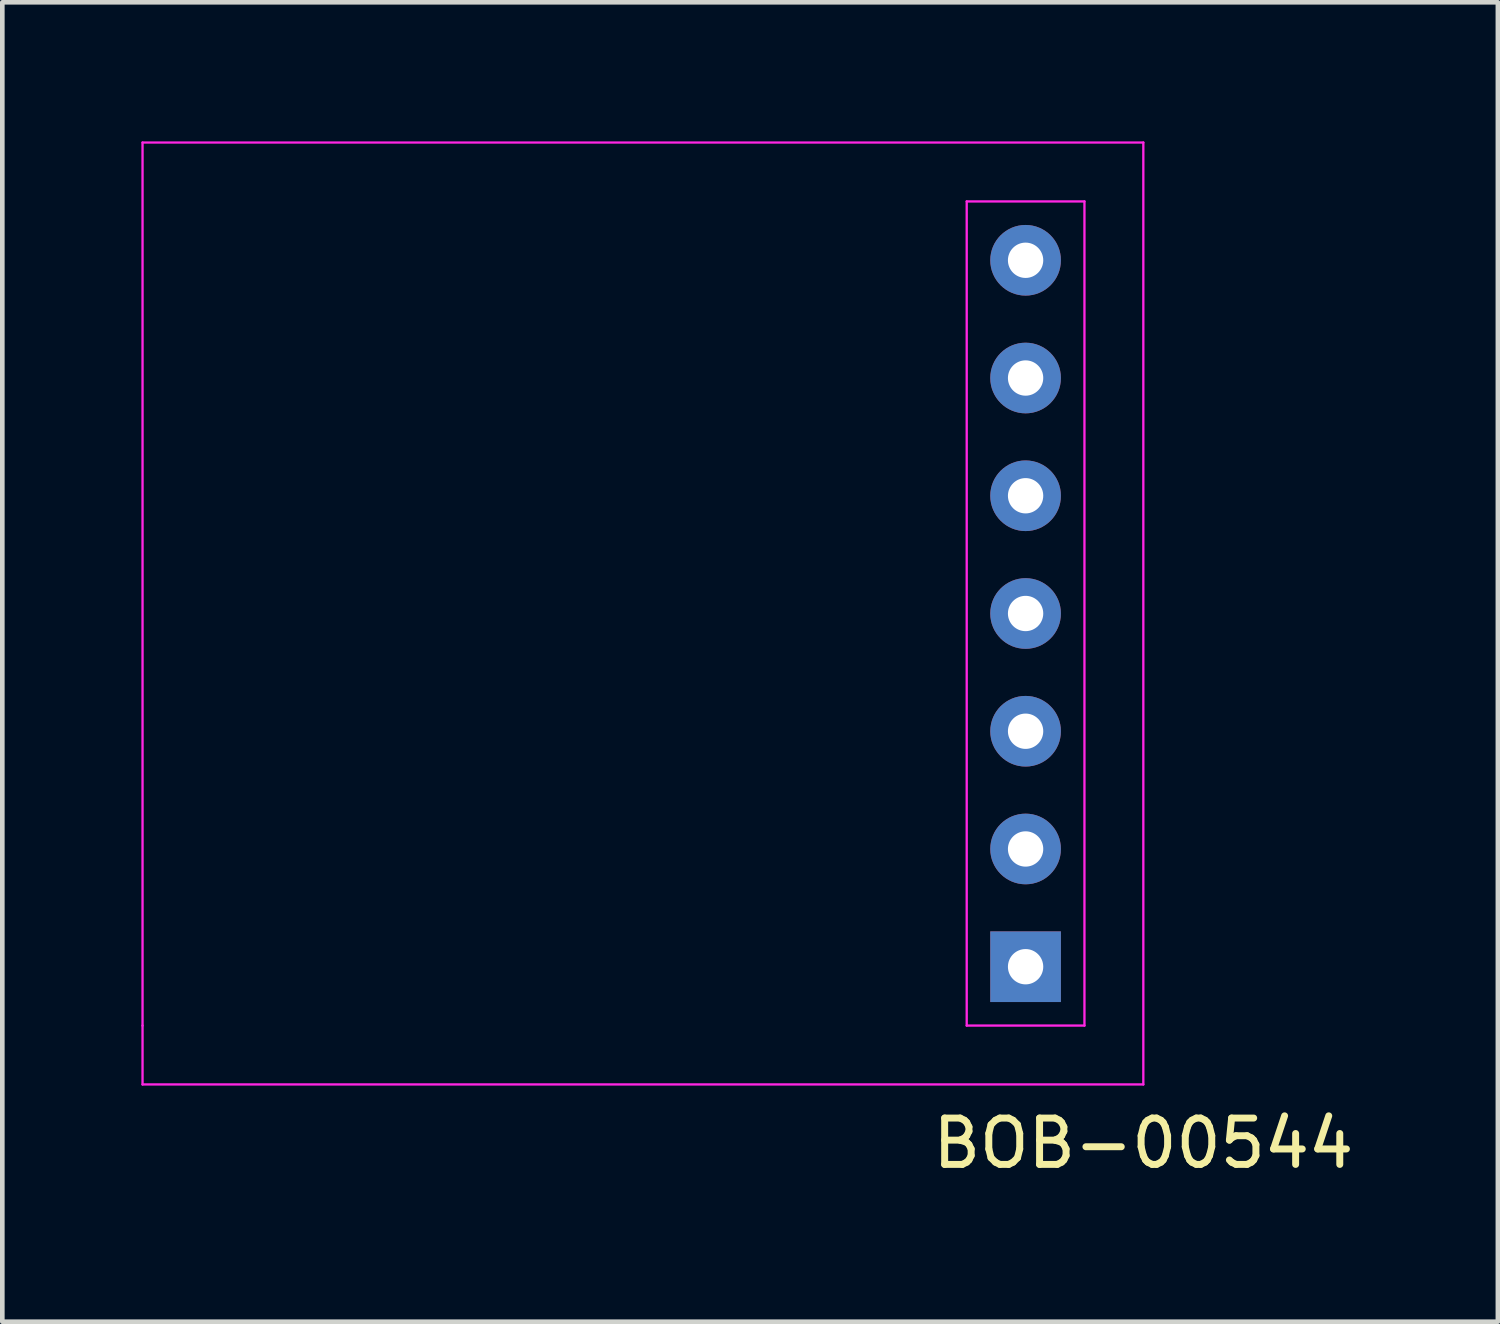
<source format=kicad_pcb>
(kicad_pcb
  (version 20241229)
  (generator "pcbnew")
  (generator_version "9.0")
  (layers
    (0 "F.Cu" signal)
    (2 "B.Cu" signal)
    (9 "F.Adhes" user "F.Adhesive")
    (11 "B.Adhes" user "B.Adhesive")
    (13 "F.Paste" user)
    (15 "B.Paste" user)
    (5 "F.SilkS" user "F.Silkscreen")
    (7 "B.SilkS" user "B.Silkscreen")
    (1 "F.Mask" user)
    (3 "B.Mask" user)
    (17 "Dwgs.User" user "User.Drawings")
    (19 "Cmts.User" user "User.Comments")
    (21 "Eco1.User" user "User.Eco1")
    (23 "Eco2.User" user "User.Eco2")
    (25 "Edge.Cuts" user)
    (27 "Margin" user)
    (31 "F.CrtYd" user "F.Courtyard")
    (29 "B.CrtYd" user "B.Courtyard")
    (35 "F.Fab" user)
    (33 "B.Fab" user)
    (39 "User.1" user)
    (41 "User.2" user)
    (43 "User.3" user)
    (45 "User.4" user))
  (footprint "BOB-00544"
    (layer "F.Cu")
    (at 19.075 10.185)
    (property "Reference" "BOB-00544" (at 2.54 11.43 0) (layer "F.SilkS") (effects (font (size 1 1) (thickness 0.15))))
    (attr through_hole)
    (fp_line (start -19.05 -10.16) (end -19.05 8.89) (stroke (width 0.05) (type solid)) (layer "F.CrtYd"))
    (fp_line (start -19.05 8.89) (end -19.05 10.16) (stroke (width 0.05) (type solid)) (layer "F.CrtYd"))
    (fp_line (start -19.05 10.16) (end 2.54 10.16) (stroke (width 0.05) (type solid)) (layer "F.CrtYd"))
    (fp_line (start -1.27 -8.89) (end 1.27 -8.89) (stroke (width 0.05) (type solid)) (layer "F.CrtYd"))
    (fp_line (start -1.27 8.89) (end -1.27 -8.89) (stroke (width 0.05) (type solid)) (layer "F.CrtYd"))
    (fp_line (start 1.27 -8.89) (end 1.27 8.89) (stroke (width 0.05) (type solid)) (layer "F.CrtYd"))
    (fp_line (start 1.27 8.89) (end -1.27 8.89) (stroke (width 0.05) (type solid)) (layer "F.CrtYd"))
    (fp_line (start 2.54 -10.16) (end -19.05 -10.16) (stroke (width 0.05) (type solid)) (layer "F.CrtYd"))
    (fp_line (start 2.54 10.16) (end 2.54 -10.16) (stroke (width 0.05) (type solid)) (layer "F.CrtYd"))
    (pad "1" thru_hole rect (at 0 7.62) (size 1.524 1.524) (drill 0.762) (layers "*.Cu" "*.Mask"))
    (pad "2" thru_hole circle (at 0 5.08) (size 1.524 1.524) (drill 0.762) (layers "*.Cu" "*.Mask"))
    (pad "3" thru_hole circle (at 0 2.54) (size 1.524 1.524) (drill 0.762) (layers "*.Cu" "*.Mask"))
    (pad "4" thru_hole circle (at 0 0) (size 1.524 1.524) (drill 0.762) (layers "*.Cu" "*.Mask"))
    (pad "5" thru_hole circle (at 0 -2.54) (size 1.524 1.524) (drill 0.762) (layers "*.Cu" "*.Mask"))
    (pad "6" thru_hole circle (at 0 -5.08) (size 1.524 1.524) (drill 0.762) (layers "*.Cu" "*.Mask"))
    (pad "7" thru_hole circle (at 0 -7.62) (size 1.524 1.524) (drill 0.762) (layers "*.Cu" "*.Mask")))
  (gr_rect
    (start -3 -3)
    (end 29.264 25.463)
    (stroke (width 0.1) (type default))
    (fill no)
    (layer "Edge.Cuts")))
</source>
